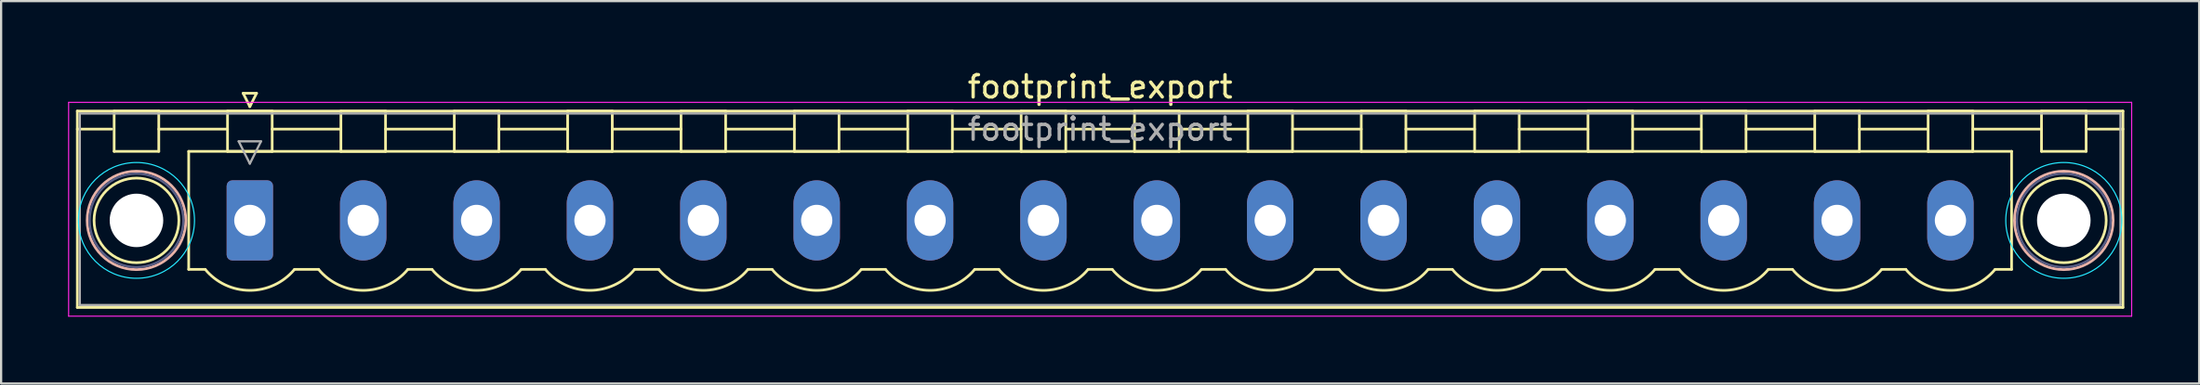
<source format=kicad_pcb>
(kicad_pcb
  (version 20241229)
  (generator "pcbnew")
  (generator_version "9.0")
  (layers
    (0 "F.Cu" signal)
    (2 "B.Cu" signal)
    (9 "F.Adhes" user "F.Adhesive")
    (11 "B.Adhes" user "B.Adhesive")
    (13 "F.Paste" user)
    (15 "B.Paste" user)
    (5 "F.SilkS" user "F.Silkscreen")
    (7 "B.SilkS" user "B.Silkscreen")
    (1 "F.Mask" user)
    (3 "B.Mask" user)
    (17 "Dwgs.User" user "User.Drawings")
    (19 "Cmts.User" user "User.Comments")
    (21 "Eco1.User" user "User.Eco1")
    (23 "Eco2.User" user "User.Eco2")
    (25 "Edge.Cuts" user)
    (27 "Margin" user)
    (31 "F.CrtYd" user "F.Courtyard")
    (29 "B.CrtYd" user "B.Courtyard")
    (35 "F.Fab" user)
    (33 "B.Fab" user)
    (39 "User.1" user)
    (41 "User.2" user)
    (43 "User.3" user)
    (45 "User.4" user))
  (footprint "footprint_export"
    (layer "F.Cu")
    (at 8.145 6.848)
    (property "Reference" "footprint_export" (at 38.1 -6 0) (layer "F.SilkS") (effects (font (size 1 1) (thickness 0.15))))
    (attr through_hole)
    (fp_line (start -7.73 -4.91) (end -7.73 3.91) (stroke (width 0.12) (type solid)) (layer "F.SilkS"))
    (fp_line (start -7.73 -4.1) (end -6.19 -4.1) (stroke (width 0.12) (type solid)) (layer "F.SilkS"))
    (fp_line (start -7.73 3.91) (end 83.93 3.91) (stroke (width 0.12) (type solid)) (layer "F.SilkS"))
    (fp_line (start -6.08 -4.91) (end -4.08 -4.91) (stroke (width 0.12) (type solid)) (layer "F.SilkS"))
    (fp_line (start -6.08 -3.1) (end -6.08 -4.91) (stroke (width 0.12) (type solid)) (layer "F.SilkS"))
    (fp_line (start -4.08 -4.91) (end -4.08 -3.1) (stroke (width 0.12) (type solid)) (layer "F.SilkS"))
    (fp_line (start -4.08 -4.1) (end -1 -4.1) (stroke (width 0.12) (type solid)) (layer "F.SilkS"))
    (fp_line (start -4.08 -3.1) (end -6.08 -3.1) (stroke (width 0.12) (type solid)) (layer "F.SilkS"))
    (fp_line (start -2.74 -3.1) (end 78.94 -3.1) (stroke (width 0.12) (type solid)) (layer "F.SilkS"))
    (fp_line (start -2.74 2.2) (end -2.74 -3.1) (stroke (width 0.12) (type solid)) (layer "F.SilkS"))
    (fp_line (start -2 2.2) (end -2.74 2.2) (stroke (width 0.12) (type solid)) (layer "F.SilkS"))
    (fp_line (start -1 -4.91) (end 1 -4.91) (stroke (width 0.12) (type solid)) (layer "F.SilkS"))
    (fp_line (start -1 -3.1) (end -1 -4.91) (stroke (width 0.12) (type solid)) (layer "F.SilkS"))
    (fp_line (start -0.3 -5.71) (end 0.3 -5.71) (stroke (width 0.12) (type solid)) (layer "F.SilkS"))
    (fp_line (start 0 -5.11) (end -0.3 -5.71) (stroke (width 0.12) (type solid)) (layer "F.SilkS"))
    (fp_line (start 0.3 -5.71) (end 0 -5.11) (stroke (width 0.12) (type solid)) (layer "F.SilkS"))
    (fp_line (start 1 -4.91) (end 1 -3.1) (stroke (width 0.12) (type solid)) (layer "F.SilkS"))
    (fp_line (start 1 -4.1) (end 4.08 -4.1) (stroke (width 0.12) (type solid)) (layer "F.SilkS"))
    (fp_line (start 1 -3.1) (end -1 -3.1) (stroke (width 0.12) (type solid)) (layer "F.SilkS"))
    (fp_line (start 2 2.2) (end 3.08 2.2) (stroke (width 0.12) (type solid)) (layer "F.SilkS"))
    (fp_line (start 4.08 -4.91) (end 6.08 -4.91) (stroke (width 0.12) (type solid)) (layer "F.SilkS"))
    (fp_line (start 4.08 -3.1) (end 4.08 -4.91) (stroke (width 0.12) (type solid)) (layer "F.SilkS"))
    (fp_line (start 6.08 -4.91) (end 6.08 -3.1) (stroke (width 0.12) (type solid)) (layer "F.SilkS"))
    (fp_line (start 6.08 -4.1) (end 9.16 -4.1) (stroke (width 0.12) (type solid)) (layer "F.SilkS"))
    (fp_line (start 6.08 -3.1) (end 4.08 -3.1) (stroke (width 0.12) (type solid)) (layer "F.SilkS"))
    (fp_line (start 7.08 2.2) (end 8.16 2.2) (stroke (width 0.12) (type solid)) (layer "F.SilkS"))
    (fp_line (start 9.16 -4.91) (end 11.16 -4.91) (stroke (width 0.12) (type solid)) (layer "F.SilkS"))
    (fp_line (start 9.16 -3.1) (end 9.16 -4.91) (stroke (width 0.12) (type solid)) (layer "F.SilkS"))
    (fp_line (start 11.16 -4.91) (end 11.16 -3.1) (stroke (width 0.12) (type solid)) (layer "F.SilkS"))
    (fp_line (start 11.16 -4.1) (end 14.24 -4.1) (stroke (width 0.12) (type solid)) (layer "F.SilkS"))
    (fp_line (start 11.16 -3.1) (end 9.16 -3.1) (stroke (width 0.12) (type solid)) (layer "F.SilkS"))
    (fp_line (start 12.16 2.2) (end 13.24 2.2) (stroke (width 0.12) (type solid)) (layer "F.SilkS"))
    (fp_line (start 14.24 -4.91) (end 16.24 -4.91) (stroke (width 0.12) (type solid)) (layer "F.SilkS"))
    (fp_line (start 14.24 -3.1) (end 14.24 -4.91) (stroke (width 0.12) (type solid)) (layer "F.SilkS"))
    (fp_line (start 16.24 -4.91) (end 16.24 -3.1) (stroke (width 0.12) (type solid)) (layer "F.SilkS"))
    (fp_line (start 16.24 -4.1) (end 19.32 -4.1) (stroke (width 0.12) (type solid)) (layer "F.SilkS"))
    (fp_line (start 16.24 -3.1) (end 14.24 -3.1) (stroke (width 0.12) (type solid)) (layer "F.SilkS"))
    (fp_line (start 17.24 2.2) (end 18.32 2.2) (stroke (width 0.12) (type solid)) (layer "F.SilkS"))
    (fp_line (start 19.32 -4.91) (end 21.32 -4.91) (stroke (width 0.12) (type solid)) (layer "F.SilkS"))
    (fp_line (start 19.32 -3.1) (end 19.32 -4.91) (stroke (width 0.12) (type solid)) (layer "F.SilkS"))
    (fp_line (start 21.32 -4.91) (end 21.32 -3.1) (stroke (width 0.12) (type solid)) (layer "F.SilkS"))
    (fp_line (start 21.32 -4.1) (end 24.4 -4.1) (stroke (width 0.12) (type solid)) (layer "F.SilkS"))
    (fp_line (start 21.32 -3.1) (end 19.32 -3.1) (stroke (width 0.12) (type solid)) (layer "F.SilkS"))
    (fp_line (start 22.32 2.2) (end 23.4 2.2) (stroke (width 0.12) (type solid)) (layer "F.SilkS"))
    (fp_line (start 24.4 -4.91) (end 26.4 -4.91) (stroke (width 0.12) (type solid)) (layer "F.SilkS"))
    (fp_line (start 24.4 -3.1) (end 24.4 -4.91) (stroke (width 0.12) (type solid)) (layer "F.SilkS"))
    (fp_line (start 26.4 -4.91) (end 26.4 -3.1) (stroke (width 0.12) (type solid)) (layer "F.SilkS"))
    (fp_line (start 26.4 -4.1) (end 29.48 -4.1) (stroke (width 0.12) (type solid)) (layer "F.SilkS"))
    (fp_line (start 26.4 -3.1) (end 24.4 -3.1) (stroke (width 0.12) (type solid)) (layer "F.SilkS"))
    (fp_line (start 27.4 2.2) (end 28.48 2.2) (stroke (width 0.12) (type solid)) (layer "F.SilkS"))
    (fp_line (start 29.48 -4.91) (end 31.48 -4.91) (stroke (width 0.12) (type solid)) (layer "F.SilkS"))
    (fp_line (start 29.48 -3.1) (end 29.48 -4.91) (stroke (width 0.12) (type solid)) (layer "F.SilkS"))
    (fp_line (start 31.48 -4.91) (end 31.48 -3.1) (stroke (width 0.12) (type solid)) (layer "F.SilkS"))
    (fp_line (start 31.48 -4.1) (end 34.56 -4.1) (stroke (width 0.12) (type solid)) (layer "F.SilkS"))
    (fp_line (start 31.48 -3.1) (end 29.48 -3.1) (stroke (width 0.12) (type solid)) (layer "F.SilkS"))
    (fp_line (start 32.48 2.2) (end 33.56 2.2) (stroke (width 0.12) (type solid)) (layer "F.SilkS"))
    (fp_line (start 34.56 -4.91) (end 36.56 -4.91) (stroke (width 0.12) (type solid)) (layer "F.SilkS"))
    (fp_line (start 34.56 -3.1) (end 34.56 -4.91) (stroke (width 0.12) (type solid)) (layer "F.SilkS"))
    (fp_line (start 36.56 -4.91) (end 36.56 -3.1) (stroke (width 0.12) (type solid)) (layer "F.SilkS"))
    (fp_line (start 36.56 -4.1) (end 39.64 -4.1) (stroke (width 0.12) (type solid)) (layer "F.SilkS"))
    (fp_line (start 36.56 -3.1) (end 34.56 -3.1) (stroke (width 0.12) (type solid)) (layer "F.SilkS"))
    (fp_line (start 37.56 2.2) (end 38.64 2.2) (stroke (width 0.12) (type solid)) (layer "F.SilkS"))
    (fp_line (start 39.64 -4.91) (end 41.64 -4.91) (stroke (width 0.12) (type solid)) (layer "F.SilkS"))
    (fp_line (start 39.64 -3.1) (end 39.64 -4.91) (stroke (width 0.12) (type solid)) (layer "F.SilkS"))
    (fp_line (start 41.64 -4.91) (end 41.64 -3.1) (stroke (width 0.12) (type solid)) (layer "F.SilkS"))
    (fp_line (start 41.64 -4.1) (end 44.72 -4.1) (stroke (width 0.12) (type solid)) (layer "F.SilkS"))
    (fp_line (start 41.64 -3.1) (end 39.64 -3.1) (stroke (width 0.12) (type solid)) (layer "F.SilkS"))
    (fp_line (start 42.64 2.2) (end 43.72 2.2) (stroke (width 0.12) (type solid)) (layer "F.SilkS"))
    (fp_line (start 44.72 -4.91) (end 46.72 -4.91) (stroke (width 0.12) (type solid)) (layer "F.SilkS"))
    (fp_line (start 44.72 -3.1) (end 44.72 -4.91) (stroke (width 0.12) (type solid)) (layer "F.SilkS"))
    (fp_line (start 46.72 -4.91) (end 46.72 -3.1) (stroke (width 0.12) (type solid)) (layer "F.SilkS"))
    (fp_line (start 46.72 -4.1) (end 49.8 -4.1) (stroke (width 0.12) (type solid)) (layer "F.SilkS"))
    (fp_line (start 46.72 -3.1) (end 44.72 -3.1) (stroke (width 0.12) (type solid)) (layer "F.SilkS"))
    (fp_line (start 47.72 2.2) (end 48.8 2.2) (stroke (width 0.12) (type solid)) (layer "F.SilkS"))
    (fp_line (start 49.8 -4.91) (end 51.8 -4.91) (stroke (width 0.12) (type solid)) (layer "F.SilkS"))
    (fp_line (start 49.8 -3.1) (end 49.8 -4.91) (stroke (width 0.12) (type solid)) (layer "F.SilkS"))
    (fp_line (start 51.8 -4.91) (end 51.8 -3.1) (stroke (width 0.12) (type solid)) (layer "F.SilkS"))
    (fp_line (start 51.8 -4.1) (end 54.88 -4.1) (stroke (width 0.12) (type solid)) (layer "F.SilkS"))
    (fp_line (start 51.8 -3.1) (end 49.8 -3.1) (stroke (width 0.12) (type solid)) (layer "F.SilkS"))
    (fp_line (start 52.8 2.2) (end 53.88 2.2) (stroke (width 0.12) (type solid)) (layer "F.SilkS"))
    (fp_line (start 54.88 -4.91) (end 56.88 -4.91) (stroke (width 0.12) (type solid)) (layer "F.SilkS"))
    (fp_line (start 54.88 -3.1) (end 54.88 -4.91) (stroke (width 0.12) (type solid)) (layer "F.SilkS"))
    (fp_line (start 56.88 -4.91) (end 56.88 -3.1) (stroke (width 0.12) (type solid)) (layer "F.SilkS"))
    (fp_line (start 56.88 -4.1) (end 59.96 -4.1) (stroke (width 0.12) (type solid)) (layer "F.SilkS"))
    (fp_line (start 56.88 -3.1) (end 54.88 -3.1) (stroke (width 0.12) (type solid)) (layer "F.SilkS"))
    (fp_line (start 57.88 2.2) (end 58.96 2.2) (stroke (width 0.12) (type solid)) (layer "F.SilkS"))
    (fp_line (start 59.96 -4.91) (end 61.96 -4.91) (stroke (width 0.12) (type solid)) (layer "F.SilkS"))
    (fp_line (start 59.96 -3.1) (end 59.96 -4.91) (stroke (width 0.12) (type solid)) (layer "F.SilkS"))
    (fp_line (start 61.96 -4.91) (end 61.96 -3.1) (stroke (width 0.12) (type solid)) (layer "F.SilkS"))
    (fp_line (start 61.96 -4.1) (end 65.04 -4.1) (stroke (width 0.12) (type solid)) (layer "F.SilkS"))
    (fp_line (start 61.96 -3.1) (end 59.96 -3.1) (stroke (width 0.12) (type solid)) (layer "F.SilkS"))
    (fp_line (start 62.96 2.2) (end 64.04 2.2) (stroke (width 0.12) (type solid)) (layer "F.SilkS"))
    (fp_line (start 65.04 -4.91) (end 67.04 -4.91) (stroke (width 0.12) (type solid)) (layer "F.SilkS"))
    (fp_line (start 65.04 -3.1) (end 65.04 -4.91) (stroke (width 0.12) (type solid)) (layer "F.SilkS"))
    (fp_line (start 67.04 -4.91) (end 67.04 -3.1) (stroke (width 0.12) (type solid)) (layer "F.SilkS"))
    (fp_line (start 67.04 -4.1) (end 70.12 -4.1) (stroke (width 0.12) (type solid)) (layer "F.SilkS"))
    (fp_line (start 67.04 -3.1) (end 65.04 -3.1) (stroke (width 0.12) (type solid)) (layer "F.SilkS"))
    (fp_line (start 68.04 2.2) (end 69.12 2.2) (stroke (width 0.12) (type solid)) (layer "F.SilkS"))
    (fp_line (start 70.12 -4.91) (end 72.12 -4.91) (stroke (width 0.12) (type solid)) (layer "F.SilkS"))
    (fp_line (start 70.12 -3.1) (end 70.12 -4.91) (stroke (width 0.12) (type solid)) (layer "F.SilkS"))
    (fp_line (start 72.12 -4.91) (end 72.12 -3.1) (stroke (width 0.12) (type solid)) (layer "F.SilkS"))
    (fp_line (start 72.12 -4.1) (end 75.2 -4.1) (stroke (width 0.12) (type solid)) (layer "F.SilkS"))
    (fp_line (start 72.12 -3.1) (end 70.12 -3.1) (stroke (width 0.12) (type solid)) (layer "F.SilkS"))
    (fp_line (start 73.12 2.2) (end 74.2 2.2) (stroke (width 0.12) (type solid)) (layer "F.SilkS"))
    (fp_line (start 75.2 -4.91) (end 77.2 -4.91) (stroke (width 0.12) (type solid)) (layer "F.SilkS"))
    (fp_line (start 75.2 -3.1) (end 75.2 -4.91) (stroke (width 0.12) (type solid)) (layer "F.SilkS"))
    (fp_line (start 77.2 -4.91) (end 77.2 -3.1) (stroke (width 0.12) (type solid)) (layer "F.SilkS"))
    (fp_line (start 77.2 -4.1) (end 80.28 -4.1) (stroke (width 0.12) (type solid)) (layer "F.SilkS"))
    (fp_line (start 77.2 -3.1) (end 75.2 -3.1) (stroke (width 0.12) (type solid)) (layer "F.SilkS"))
    (fp_line (start 78.94 -3.1) (end 78.94 2.2) (stroke (width 0.12) (type solid)) (layer "F.SilkS"))
    (fp_line (start 78.94 2.2) (end 78.2 2.2) (stroke (width 0.12) (type solid)) (layer "F.SilkS"))
    (fp_line (start 80.28 -4.91) (end 82.28 -4.91) (stroke (width 0.12) (type solid)) (layer "F.SilkS"))
    (fp_line (start 80.28 -3.1) (end 80.28 -4.91) (stroke (width 0.12) (type solid)) (layer "F.SilkS"))
    (fp_line (start 82.28 -4.91) (end 82.28 -3.1) (stroke (width 0.12) (type solid)) (layer "F.SilkS"))
    (fp_line (start 82.28 -3.1) (end 80.28 -3.1) (stroke (width 0.12) (type solid)) (layer "F.SilkS"))
    (fp_line (start 83.93 -4.91) (end -7.73 -4.91) (stroke (width 0.12) (type solid)) (layer "F.SilkS"))
    (fp_line (start 83.93 -4.1) (end 82.39 -4.1) (stroke (width 0.12) (type solid)) (layer "F.SilkS"))
    (fp_line (start 83.93 3.91) (end 83.93 -4.91) (stroke (width 0.12) (type solid)) (layer "F.SilkS"))
    (fp_arc (start 1.986842 2.215821) (mid -0.010289 3.142758) (end -2 2.2) (stroke (width 0.12) (type solid)) (layer "F.SilkS"))
    (fp_arc (start 7.066842 2.215821) (mid 5.069711 3.142758) (end 3.08 2.2) (stroke (width 0.12) (type solid)) (layer "F.SilkS"))
    (fp_arc (start 12.146842 2.215821) (mid 10.149711 3.142758) (end 8.16 2.2) (stroke (width 0.12) (type solid)) (layer "F.SilkS"))
    (fp_arc (start 17.226842 2.215821) (mid 15.229711 3.142758) (end 13.24 2.2) (stroke (width 0.12) (type solid)) (layer "F.SilkS"))
    (fp_arc (start 22.306842 2.215821) (mid 20.309711 3.142758) (end 18.32 2.2) (stroke (width 0.12) (type solid)) (layer "F.SilkS"))
    (fp_arc (start 27.386842 2.215821) (mid 25.389711 3.142758) (end 23.4 2.2) (stroke (width 0.12) (type solid)) (layer "F.SilkS"))
    (fp_arc (start 32.466842 2.215821) (mid 30.469711 3.142758) (end 28.48 2.2) (stroke (width 0.12) (type solid)) (layer "F.SilkS"))
    (fp_arc (start 37.546842 2.215821) (mid 35.549711 3.142758) (end 33.56 2.2) (stroke (width 0.12) (type solid)) (layer "F.SilkS"))
    (fp_arc (start 42.626842 2.215821) (mid 40.629711 3.142758) (end 38.64 2.2) (stroke (width 0.12) (type solid)) (layer "F.SilkS"))
    (fp_arc (start 47.706842 2.215821) (mid 45.709711 3.142758) (end 43.72 2.2) (stroke (width 0.12) (type solid)) (layer "F.SilkS"))
    (fp_arc (start 52.786842 2.215821) (mid 50.789711 3.142758) (end 48.8 2.2) (stroke (width 0.12) (type solid)) (layer "F.SilkS"))
    (fp_arc (start 57.866842 2.215821) (mid 55.869711 3.142758) (end 53.88 2.2) (stroke (width 0.12) (type solid)) (layer "F.SilkS"))
    (fp_arc (start 62.946842 2.215821) (mid 60.949711 3.142758) (end 58.96 2.2) (stroke (width 0.12) (type solid)) (layer "F.SilkS"))
    (fp_arc (start 68.026842 2.215821) (mid 66.029711 3.142758) (end 64.04 2.2) (stroke (width 0.12) (type solid)) (layer "F.SilkS"))
    (fp_arc (start 73.106842 2.215821) (mid 71.109711 3.142758) (end 69.12 2.2) (stroke (width 0.12) (type solid)) (layer "F.SilkS"))
    (fp_arc (start 78.186842 2.215821) (mid 76.189711 3.142758) (end 74.2 2.2) (stroke (width 0.12) (type solid)) (layer "F.SilkS"))
    (fp_circle (center -5.08 0) (end -3.18 0) (stroke (width 0.12) (type solid)) (fill no) (layer "F.SilkS"))
    (fp_circle (center 81.28 0) (end 83.18 0) (stroke (width 0.12) (type solid)) (fill no) (layer "F.SilkS"))
    (fp_circle (center -5.08 0) (end -2.87 0) (stroke (width 0.12) (type solid)) (fill no) (layer "B.SilkS"))
    (fp_circle (center 81.28 0) (end 83.49 0) (stroke (width 0.12) (type solid)) (fill no) (layer "B.SilkS"))
    (fp_circle (center -5.08 0) (end -2.48 0) (stroke (width 0.05) (type solid)) (fill no) (layer "B.CrtYd"))
    (fp_circle (center 81.28 0) (end 83.88 0) (stroke (width 0.05) (type solid)) (fill no) (layer "B.CrtYd"))
    (fp_line (start -8.12 -5.3) (end -8.12 4.3) (stroke (width 0.05) (type solid)) (layer "F.CrtYd"))
    (fp_line (start -8.12 4.3) (end 84.32 4.3) (stroke (width 0.05) (type solid)) (layer "F.CrtYd"))
    (fp_line (start 84.32 -5.3) (end -8.12 -5.3) (stroke (width 0.05) (type solid)) (layer "F.CrtYd"))
    (fp_line (start 84.32 4.3) (end 84.32 -5.3) (stroke (width 0.05) (type solid)) (layer "F.CrtYd"))
    (fp_circle (center -5.08 0) (end -2.98 0) (stroke (width 0.1) (type solid)) (fill no) (layer "B.Fab"))
    (fp_circle (center 81.28 0) (end 83.38 0) (stroke (width 0.1) (type solid)) (fill no) (layer "B.Fab"))
    (fp_line (start -7.62 -4.8) (end -7.62 3.8) (stroke (width 0.1) (type solid)) (layer "F.Fab"))
    (fp_line (start -7.62 3.8) (end 83.82 3.8) (stroke (width 0.1) (type solid)) (layer "F.Fab"))
    (fp_line (start -0.5 -3.55) (end 0.5 -3.55) (stroke (width 0.1) (type solid)) (layer "F.Fab"))
    (fp_line (start 0 -2.55) (end -0.5 -3.55) (stroke (width 0.1) (type solid)) (layer "F.Fab"))
    (fp_line (start 0.5 -3.55) (end 0 -2.55) (stroke (width 0.1) (type solid)) (layer "F.Fab"))
    (fp_line (start 83.82 -4.8) (end -7.62 -4.8) (stroke (width 0.1) (type solid)) (layer "F.Fab"))
    (fp_line (start 83.82 3.8) (end 83.82 -4.8) (stroke (width 0.1) (type solid)) (layer "F.Fab"))
    (fp_text user "${REFERENCE}" (at 38.1 -4.1 0) (layer "F.Fab") (effects (font (size 1 1) (thickness 0.15))))
    (pad "" np_thru_hole circle (at -5.08 0) (size 2.4 2.4) (drill 2.4) (layers "*.Cu" "*.Mask"))
    (pad "" np_thru_hole circle (at 81.28 0) (size 2.4 2.4) (drill 2.4) (layers "*.Cu" "*.Mask"))
    (pad "1" thru_hole roundrect (at 0 0) (size 2.08 3.6) (drill 1.4) (layers "*.Cu" "*.Mask") (roundrect_rratio 0.12))
    (pad "2" thru_hole oval (at 5.08 0) (size 2.08 3.6) (drill 1.4) (layers "*.Cu" "*.Mask"))
    (pad "3" thru_hole oval (at 10.16 0) (size 2.08 3.6) (drill 1.4) (layers "*.Cu" "*.Mask"))
    (pad "4" thru_hole oval (at 15.24 0) (size 2.08 3.6) (drill 1.4) (layers "*.Cu" "*.Mask"))
    (pad "5" thru_hole oval (at 20.32 0) (size 2.08 3.6) (drill 1.4) (layers "*.Cu" "*.Mask"))
    (pad "6" thru_hole oval (at 25.4 0) (size 2.08 3.6) (drill 1.4) (layers "*.Cu" "*.Mask"))
    (pad "7" thru_hole oval (at 30.48 0) (size 2.08 3.6) (drill 1.4) (layers "*.Cu" "*.Mask"))
    (pad "8" thru_hole oval (at 35.56 0) (size 2.08 3.6) (drill 1.4) (layers "*.Cu" "*.Mask"))
    (pad "9" thru_hole oval (at 40.64 0) (size 2.08 3.6) (drill 1.4) (layers "*.Cu" "*.Mask"))
    (pad "10" thru_hole oval (at 45.72 0) (size 2.08 3.6) (drill 1.4) (layers "*.Cu" "*.Mask"))
    (pad "11" thru_hole oval (at 50.8 0) (size 2.08 3.6) (drill 1.4) (layers "*.Cu" "*.Mask"))
    (pad "12" thru_hole oval (at 55.88 0) (size 2.08 3.6) (drill 1.4) (layers "*.Cu" "*.Mask"))
    (pad "13" thru_hole oval (at 60.96 0) (size 2.08 3.6) (drill 1.4) (layers "*.Cu" "*.Mask"))
    (pad "14" thru_hole oval (at 66.04 0) (size 2.08 3.6) (drill 1.4) (layers "*.Cu" "*.Mask"))
    (pad "15" thru_hole oval (at 71.12 0) (size 2.08 3.6) (drill 1.4) (layers "*.Cu" "*.Mask"))
    (pad "16" thru_hole oval (at 76.2 0) (size 2.08 3.6) (drill 1.4) (layers "*.Cu" "*.Mask")))
  (gr_rect
    (start -3 -3)
    (end 95.49 14.173)
    (stroke (width 0.1) (type default))
    (fill no)
    (layer "Edge.Cuts")))
</source>
